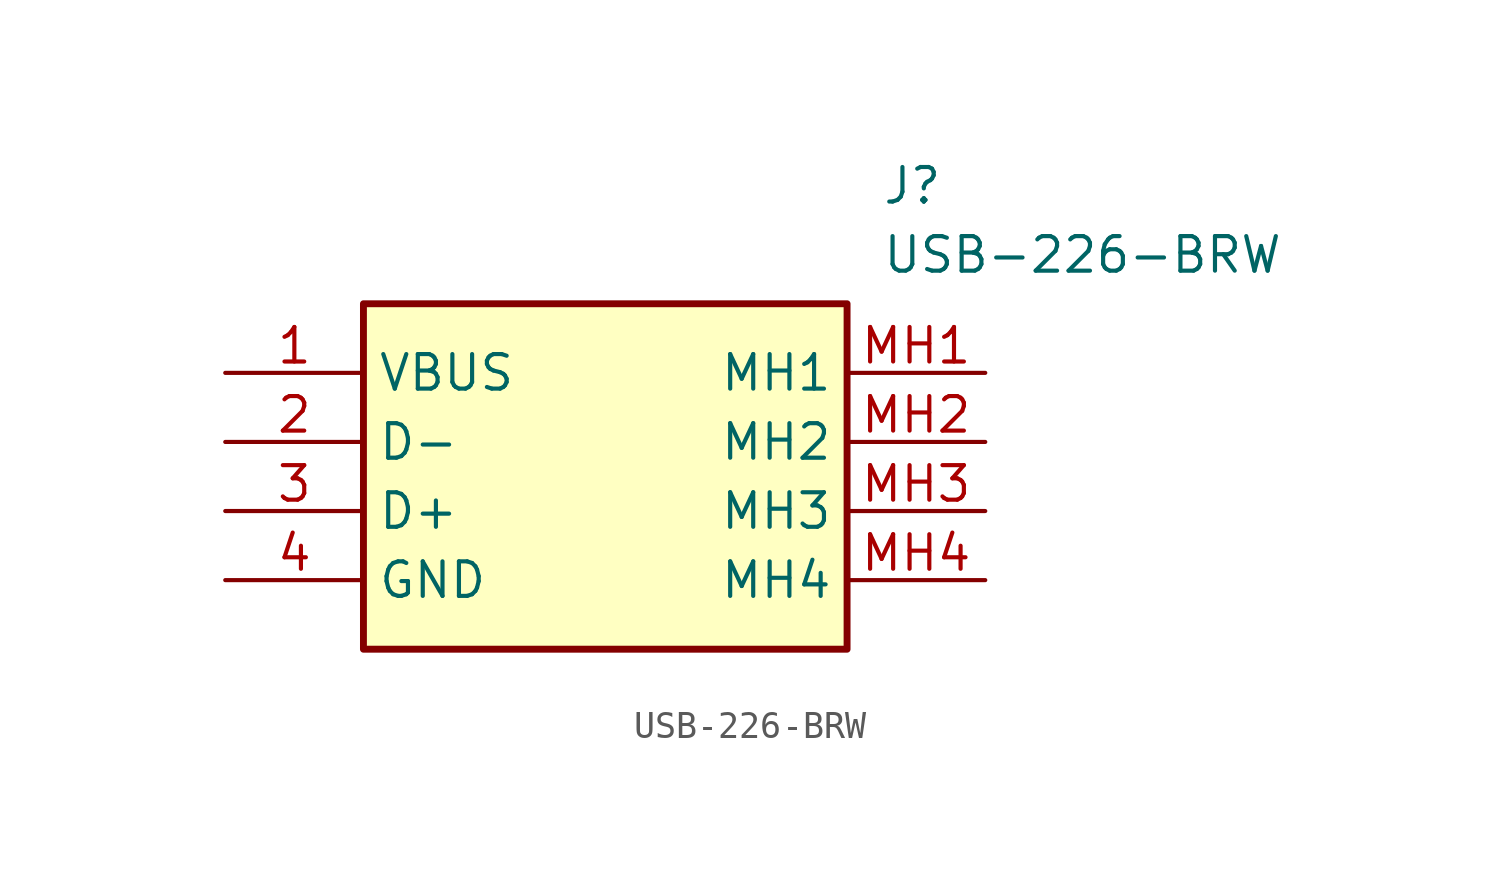
<source format=kicad_sym>
(kicad_symbol_lib
  (version 20211014)
  (generator SamacSys_ECAD_Model)
  (symbol "USB-226-BRW"
    (property "Reference" "J"
      (at 24.13 7.62 0)
      (effects (font (size 1.27 1.27)) (justify left top)))
    (property "Value" "USB-226-BRW"
      (at 24.13 5.08 0)
      (effects (font (size 1.27 1.27)) (justify left top)))
    (rectangle
      (start 5.08 2.54)
      (end 22.86 -10.16)
      (stroke (width 0.254) (type default))
      (fill (type background)))
    (pin passive line
      (at 0 0 0)
      (length 5.08)
      (name "VBUS" (effects (font (size 1.27 1.27))))
      (number "1" (effects (font (size 1.27 1.27)))))
    (pin passive line
      (at 0 -2.54 0)
      (length 5.08)
      (name "D-" (effects (font (size 1.27 1.27))))
      (number "2" (effects (font (size 1.27 1.27)))))
    (pin passive line
      (at 0 -5.08 0)
      (length 5.08)
      (name "D+" (effects (font (size 1.27 1.27))))
      (number "3" (effects (font (size 1.27 1.27)))))
    (pin passive line
      (at 0 -7.62 0)
      (length 5.08)
      (name "GND" (effects (font (size 1.27 1.27))))
      (number "4" (effects (font (size 1.27 1.27)))))
    (pin passive line
      (at 27.94 0 180)
      (length 5.08)
      (name "MH1" (effects (font (size 1.27 1.27))))
      (number "MH1" (effects (font (size 1.27 1.27)))))
    (pin passive line
      (at 27.94 -2.54 180)
      (length 5.08)
      (name "MH2" (effects (font (size 1.27 1.27))))
      (number "MH2" (effects (font (size 1.27 1.27)))))
    (pin passive line
      (at 27.94 -5.08 180)
      (length 5.08)
      (name "MH3" (effects (font (size 1.27 1.27))))
      (number "MH3" (effects (font (size 1.27 1.27)))))
    (pin passive line
      (at 27.94 -7.62 180)
      (length 5.08)
      (name "MH4" (effects (font (size 1.27 1.27))))
      (number "MH4" (effects (font (size 1.27 1.27)))))))
</source>
